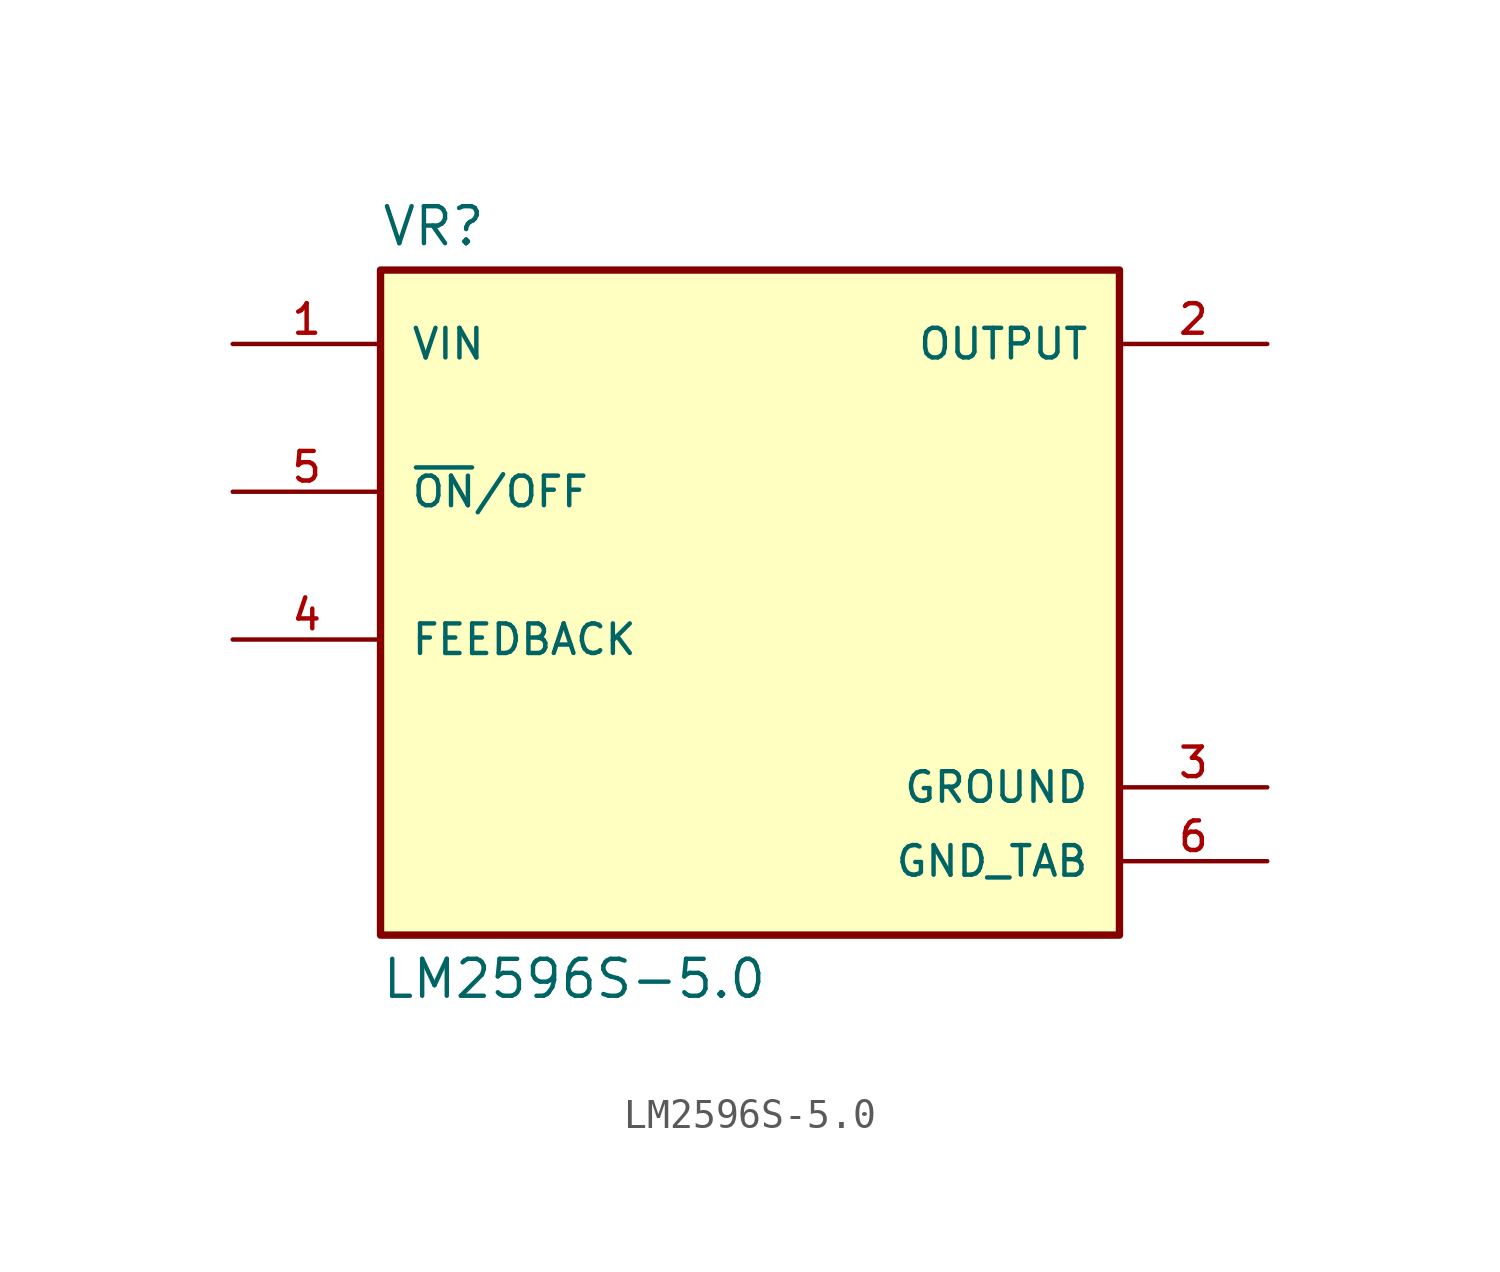
<source format=kicad_sym>
(kicad_symbol_lib
  (version 20211014)
  (generator kicad_symbol_editor)
  (symbol "LM2596S-5.0"
    (pin_names
      (offset 1.016))
    (property "Reference" "VR"
      (at -12.7 10.922 0)
      (effects (font (size 1.27 1.27)) (justify bottom left)))
    (property "Value" "LM2596S-5.0"
      (at -12.7 -13.462 0)
      (effects (font (size 1.27 1.27)) (justify top left)))
    (symbol "LM2596S-5.0_0_0"
      (rectangle (start -12.7 -12.7) (end 12.7 10.16) (stroke (width 0.254)) (fill (type background)))
      (pin input line (at -17.78 7.62 0) (length 5.08) (name "VIN" (effects (font (size 1.016 1.016)))) (number "1" (effects (font (size 1.016 1.016)))))
      (pin output line (at 17.78 7.62 180.0) (length 5.08) (name "OUTPUT" (effects (font (size 1.016 1.016)))) (number "2" (effects (font (size 1.016 1.016)))))
      (pin power_in line (at 17.78 -7.62 180.0) (length 5.08) (name "GROUND" (effects (font (size 1.016 1.016)))) (number "3" (effects (font (size 1.016 1.016)))))
      (pin input line (at -17.78 -2.54 0) (length 5.08) (name "FEEDBACK" (effects (font (size 1.016 1.016)))) (number "4" (effects (font (size 1.016 1.016)))))
      (pin input line (at -17.78 2.54 0) (length 5.08) (name "~{ON}/OFF" (effects (font (size 1.016 1.016)))) (number "5" (effects (font (size 1.016 1.016)))))
      (pin power_in line (at 17.78 -10.16 180.0) (length 5.08) (name "GND_TAB" (effects (font (size 1.016 1.016)))) (number "6" (effects (font (size 1.016 1.016))))))))
</source>
